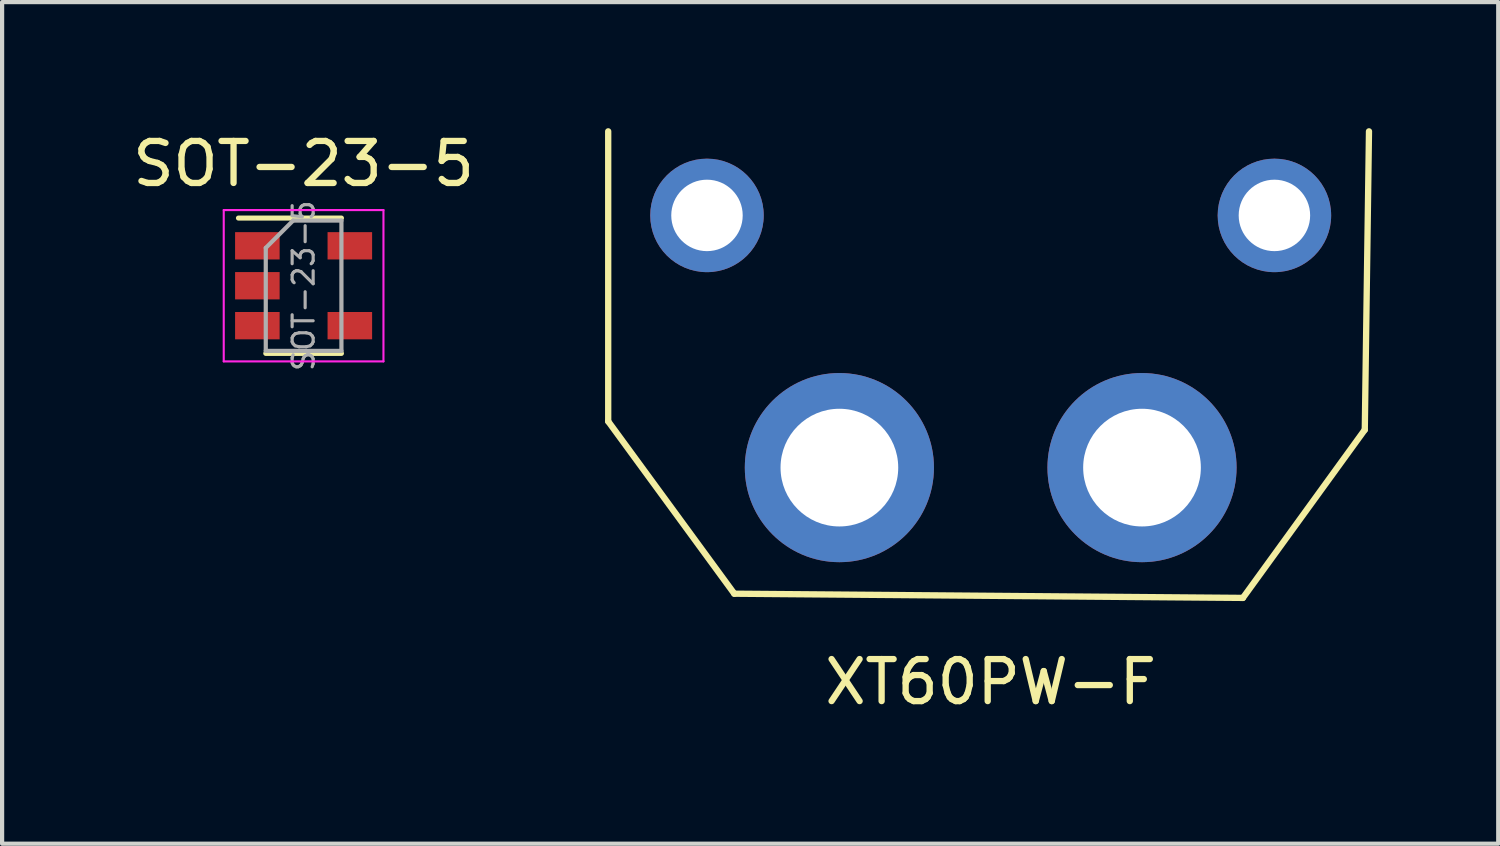
<source format=kicad_pcb>
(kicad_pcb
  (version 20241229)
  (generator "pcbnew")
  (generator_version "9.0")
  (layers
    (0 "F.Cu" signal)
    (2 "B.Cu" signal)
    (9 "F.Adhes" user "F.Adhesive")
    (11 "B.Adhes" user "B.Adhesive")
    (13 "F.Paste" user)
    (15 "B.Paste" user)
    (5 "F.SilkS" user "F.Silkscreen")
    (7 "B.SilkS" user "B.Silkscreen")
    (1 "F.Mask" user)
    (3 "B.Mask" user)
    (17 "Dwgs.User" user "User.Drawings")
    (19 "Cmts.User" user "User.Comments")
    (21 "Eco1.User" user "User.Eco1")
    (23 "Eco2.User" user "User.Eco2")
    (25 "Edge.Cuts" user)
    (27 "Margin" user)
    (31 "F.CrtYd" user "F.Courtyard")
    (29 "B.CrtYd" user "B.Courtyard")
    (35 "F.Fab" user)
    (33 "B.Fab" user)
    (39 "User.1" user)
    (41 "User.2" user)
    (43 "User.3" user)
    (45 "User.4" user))
  (footprint "XT60PW-F"
    (layer "F.Cu")
    (at 20.52 8.075)
    (property "Reference" "XT60PW-F" (at 0 5.1 0) (layer "F.SilkS") (effects (font (size 1 1) (thickness 0.15))))
    (attr through_hole)
    (fp_line (start -9.1 -1.1) (end -9.1 -8) (stroke (width 0.15) (type solid)) (layer "F.SilkS"))
    (fp_line (start -6.1 3) (end -9.1 -1.1) (stroke (width 0.15) (type solid)) (layer "F.SilkS"))
    (fp_line (start 6 3.1) (end -6.1 3) (stroke (width 0.15) (type solid)) (layer "F.SilkS"))
    (fp_line (start 6 3.1) (end 8.9 -0.9) (stroke (width 0.15) (type solid)) (layer "F.SilkS"))
    (fp_line (start 8.9 -0.9) (end 9 -8) (stroke (width 0.15) (type solid)) (layer "F.SilkS"))
    (pad "1" thru_hole circle (at -3.6 0) (size 4.5 4.5) (drill 2.8) (layers "*.Cu" "*.Mask"))
    (pad "2" thru_hole circle (at 3.6 0) (size 4.5 4.5) (drill 2.8) (layers "*.Cu" "*.Mask"))
    (pad "3" thru_hole circle (at -6.75 -6) (size 2.7 2.7) (drill 1.7) (layers "*.Cu" "*.Mask"))
    (pad "3" thru_hole circle (at 6.75 -6) (size 2.7 2.7) (drill 1.7) (layers "*.Cu" "*.Mask")))
  (footprint "SOT-23-5"
    (layer "F.Cu")
    (at 4.173 3.748)
    (property "Reference" "SOT-23-5" (at 0 -2.9 180) (layer "F.SilkS") (effects (font (size 1 1) (thickness 0.15))))
    (attr smd)
    (fp_line (start -0.9 1.61) (end 0.9 1.61) (stroke (width 0.12) (type solid)) (layer "F.SilkS"))
    (fp_line (start 0.9 -1.61) (end -1.55 -1.61) (stroke (width 0.12) (type solid)) (layer "F.SilkS"))
    (fp_line (start -1.9 -1.8) (end 1.9 -1.8) (stroke (width 0.05) (type solid)) (layer "F.CrtYd"))
    (fp_line (start -1.9 1.8) (end -1.9 -1.8) (stroke (width 0.05) (type solid)) (layer "F.CrtYd"))
    (fp_line (start 1.9 -1.8) (end 1.9 1.8) (stroke (width 0.05) (type solid)) (layer "F.CrtYd"))
    (fp_line (start 1.9 1.8) (end -1.9 1.8) (stroke (width 0.05) (type solid)) (layer "F.CrtYd"))
    (fp_line (start -0.9 -0.9) (end -0.9 1.55) (stroke (width 0.1) (type solid)) (layer "F.Fab"))
    (fp_line (start -0.9 -0.9) (end -0.25 -1.55) (stroke (width 0.1) (type solid)) (layer "F.Fab"))
    (fp_line (start 0.9 -1.55) (end -0.25 -1.55) (stroke (width 0.1) (type solid)) (layer "F.Fab"))
    (fp_line (start 0.9 -1.55) (end 0.9 1.55) (stroke (width 0.1) (type solid)) (layer "F.Fab"))
    (fp_line (start 0.9 1.55) (end -0.9 1.55) (stroke (width 0.1) (type solid)) (layer "F.Fab"))
    (fp_text user "${REFERENCE}" (at 0 0 90) (layer "F.Fab") (effects (font (size 0.5 0.5) (thickness 0.075))))
    (pad "1" smd rect (at -1.1 -0.95) (size 1.06 0.65) (layers "F.Cu" "F.Mask" "F.Paste"))
    (pad "2" smd rect (at -1.1 0) (size 1.06 0.65) (layers "F.Cu" "F.Mask" "F.Paste"))
    (pad "3" smd rect (at -1.1 0.95) (size 1.06 0.65) (layers "F.Cu" "F.Mask" "F.Paste"))
    (pad "4" smd rect (at 1.1 0.95) (size 1.06 0.65) (layers "F.Cu" "F.Mask" "F.Paste"))
    (pad "5" smd rect (at 1.1 -0.95) (size 1.06 0.65) (layers "F.Cu" "F.Mask" "F.Paste")))
  (gr_rect
    (start -3 -3)
    (end 32.595 17.023)
    (stroke (width 0.1) (type default))
    (fill no)
    (layer "Edge.Cuts")))
</source>
